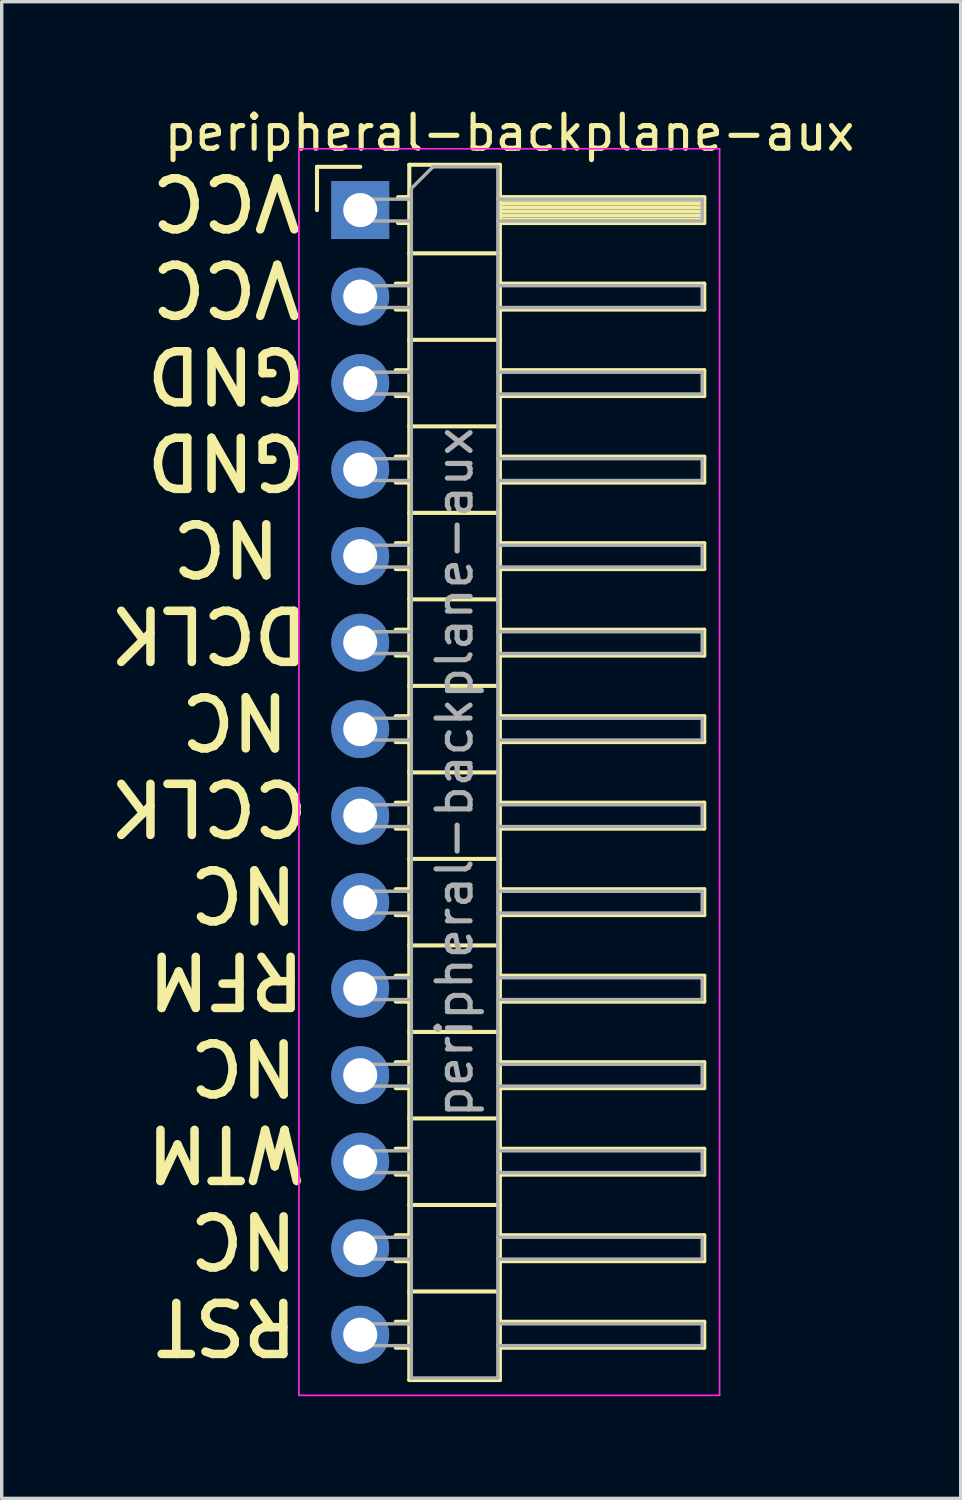
<source format=kicad_pcb>
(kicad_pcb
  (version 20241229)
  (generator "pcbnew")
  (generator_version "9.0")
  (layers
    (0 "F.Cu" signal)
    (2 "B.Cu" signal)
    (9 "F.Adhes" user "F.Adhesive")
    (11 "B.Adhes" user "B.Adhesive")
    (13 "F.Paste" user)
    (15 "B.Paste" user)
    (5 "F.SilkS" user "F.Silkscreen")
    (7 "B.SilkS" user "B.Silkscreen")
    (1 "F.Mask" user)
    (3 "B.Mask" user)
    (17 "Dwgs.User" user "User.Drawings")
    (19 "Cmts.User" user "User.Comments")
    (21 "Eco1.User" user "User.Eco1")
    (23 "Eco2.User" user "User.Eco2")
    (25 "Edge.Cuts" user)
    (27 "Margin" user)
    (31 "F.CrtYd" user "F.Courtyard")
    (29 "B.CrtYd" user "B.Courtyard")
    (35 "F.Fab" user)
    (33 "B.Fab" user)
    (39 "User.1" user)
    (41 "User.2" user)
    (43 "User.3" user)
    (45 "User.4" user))
  (footprint "peripheral-backplane-aux"
    (layer "F.Cu")
    (at 7.527 3.118)
    (property "Reference" "peripheral-backplane-aux" (at 4.385 -2.27 0) (layer "F.SilkS") (effects (font (size 1 1) (thickness 0.15))))
    (attr through_hole)
    (fp_line (start -1.27 -1.27) (end 0 -1.27) (stroke (width 0.12) (type solid)) (layer "F.SilkS"))
    (fp_line (start -1.27 0) (end -1.27 -1.27) (stroke (width 0.12) (type solid)) (layer "F.SilkS"))
    (fp_line (start 1.043 2.16) (end 1.44 2.16) (stroke (width 0.12) (type solid)) (layer "F.SilkS"))
    (fp_line (start 1.043 2.92) (end 1.44 2.92) (stroke (width 0.12) (type solid)) (layer "F.SilkS"))
    (fp_line (start 1.043 4.7) (end 1.44 4.7) (stroke (width 0.12) (type solid)) (layer "F.SilkS"))
    (fp_line (start 1.043 5.46) (end 1.44 5.46) (stroke (width 0.12) (type solid)) (layer "F.SilkS"))
    (fp_line (start 1.043 7.24) (end 1.44 7.24) (stroke (width 0.12) (type solid)) (layer "F.SilkS"))
    (fp_line (start 1.043 8) (end 1.44 8) (stroke (width 0.12) (type solid)) (layer "F.SilkS"))
    (fp_line (start 1.043 9.78) (end 1.44 9.78) (stroke (width 0.12) (type solid)) (layer "F.SilkS"))
    (fp_line (start 1.043 10.54) (end 1.44 10.54) (stroke (width 0.12) (type solid)) (layer "F.SilkS"))
    (fp_line (start 1.043 12.32) (end 1.44 12.32) (stroke (width 0.12) (type solid)) (layer "F.SilkS"))
    (fp_line (start 1.043 13.08) (end 1.44 13.08) (stroke (width 0.12) (type solid)) (layer "F.SilkS"))
    (fp_line (start 1.043 14.86) (end 1.44 14.86) (stroke (width 0.12) (type solid)) (layer "F.SilkS"))
    (fp_line (start 1.043 15.62) (end 1.44 15.62) (stroke (width 0.12) (type solid)) (layer "F.SilkS"))
    (fp_line (start 1.043 17.4) (end 1.44 17.4) (stroke (width 0.12) (type solid)) (layer "F.SilkS"))
    (fp_line (start 1.043 18.16) (end 1.44 18.16) (stroke (width 0.12) (type solid)) (layer "F.SilkS"))
    (fp_line (start 1.043 19.94) (end 1.44 19.94) (stroke (width 0.12) (type solid)) (layer "F.SilkS"))
    (fp_line (start 1.043 20.7) (end 1.44 20.7) (stroke (width 0.12) (type solid)) (layer "F.SilkS"))
    (fp_line (start 1.043 22.48) (end 1.44 22.48) (stroke (width 0.12) (type solid)) (layer "F.SilkS"))
    (fp_line (start 1.043 23.24) (end 1.44 23.24) (stroke (width 0.12) (type solid)) (layer "F.SilkS"))
    (fp_line (start 1.043 25.02) (end 1.44 25.02) (stroke (width 0.12) (type solid)) (layer "F.SilkS"))
    (fp_line (start 1.043 25.78) (end 1.44 25.78) (stroke (width 0.12) (type solid)) (layer "F.SilkS"))
    (fp_line (start 1.043 27.56) (end 1.44 27.56) (stroke (width 0.12) (type solid)) (layer "F.SilkS"))
    (fp_line (start 1.043 28.32) (end 1.44 28.32) (stroke (width 0.12) (type solid)) (layer "F.SilkS"))
    (fp_line (start 1.043 30.1) (end 1.44 30.1) (stroke (width 0.12) (type solid)) (layer "F.SilkS"))
    (fp_line (start 1.043 30.86) (end 1.44 30.86) (stroke (width 0.12) (type solid)) (layer "F.SilkS"))
    (fp_line (start 1.043 32.64) (end 1.44 32.64) (stroke (width 0.12) (type solid)) (layer "F.SilkS"))
    (fp_line (start 1.043 33.4) (end 1.44 33.4) (stroke (width 0.12) (type solid)) (layer "F.SilkS"))
    (fp_line (start 1.11 -0.38) (end 1.44 -0.38) (stroke (width 0.12) (type solid)) (layer "F.SilkS"))
    (fp_line (start 1.11 0.38) (end 1.44 0.38) (stroke (width 0.12) (type solid)) (layer "F.SilkS"))
    (fp_line (start 1.44 -1.33) (end 1.44 34.35) (stroke (width 0.12) (type solid)) (layer "F.SilkS"))
    (fp_line (start 1.44 1.27) (end 4.1 1.27) (stroke (width 0.12) (type solid)) (layer "F.SilkS"))
    (fp_line (start 1.44 3.81) (end 4.1 3.81) (stroke (width 0.12) (type solid)) (layer "F.SilkS"))
    (fp_line (start 1.44 6.35) (end 4.1 6.35) (stroke (width 0.12) (type solid)) (layer "F.SilkS"))
    (fp_line (start 1.44 8.89) (end 4.1 8.89) (stroke (width 0.12) (type solid)) (layer "F.SilkS"))
    (fp_line (start 1.44 11.43) (end 4.1 11.43) (stroke (width 0.12) (type solid)) (layer "F.SilkS"))
    (fp_line (start 1.44 13.97) (end 4.1 13.97) (stroke (width 0.12) (type solid)) (layer "F.SilkS"))
    (fp_line (start 1.44 16.51) (end 4.1 16.51) (stroke (width 0.12) (type solid)) (layer "F.SilkS"))
    (fp_line (start 1.44 19.05) (end 4.1 19.05) (stroke (width 0.12) (type solid)) (layer "F.SilkS"))
    (fp_line (start 1.44 21.59) (end 4.1 21.59) (stroke (width 0.12) (type solid)) (layer "F.SilkS"))
    (fp_line (start 1.44 24.13) (end 4.1 24.13) (stroke (width 0.12) (type solid)) (layer "F.SilkS"))
    (fp_line (start 1.44 26.67) (end 4.1 26.67) (stroke (width 0.12) (type solid)) (layer "F.SilkS"))
    (fp_line (start 1.44 29.21) (end 4.1 29.21) (stroke (width 0.12) (type solid)) (layer "F.SilkS"))
    (fp_line (start 1.44 31.75) (end 4.1 31.75) (stroke (width 0.12) (type solid)) (layer "F.SilkS"))
    (fp_line (start 1.44 34.35) (end 4.1 34.35) (stroke (width 0.12) (type solid)) (layer "F.SilkS"))
    (fp_line (start 4.1 -1.33) (end 1.44 -1.33) (stroke (width 0.12) (type solid)) (layer "F.SilkS"))
    (fp_line (start 4.1 -0.38) (end 10.1 -0.38) (stroke (width 0.12) (type solid)) (layer "F.SilkS"))
    (fp_line (start 4.1 -0.32) (end 10.1 -0.32) (stroke (width 0.12) (type solid)) (layer "F.SilkS"))
    (fp_line (start 4.1 -0.2) (end 10.1 -0.2) (stroke (width 0.12) (type solid)) (layer "F.SilkS"))
    (fp_line (start 4.1 -0.08) (end 10.1 -0.08) (stroke (width 0.12) (type solid)) (layer "F.SilkS"))
    (fp_line (start 4.1 0.04) (end 10.1 0.04) (stroke (width 0.12) (type solid)) (layer "F.SilkS"))
    (fp_line (start 4.1 0.16) (end 10.1 0.16) (stroke (width 0.12) (type solid)) (layer "F.SilkS"))
    (fp_line (start 4.1 0.28) (end 10.1 0.28) (stroke (width 0.12) (type solid)) (layer "F.SilkS"))
    (fp_line (start 4.1 2.16) (end 10.1 2.16) (stroke (width 0.12) (type solid)) (layer "F.SilkS"))
    (fp_line (start 4.1 4.7) (end 10.1 4.7) (stroke (width 0.12) (type solid)) (layer "F.SilkS"))
    (fp_line (start 4.1 7.24) (end 10.1 7.24) (stroke (width 0.12) (type solid)) (layer "F.SilkS"))
    (fp_line (start 4.1 9.78) (end 10.1 9.78) (stroke (width 0.12) (type solid)) (layer "F.SilkS"))
    (fp_line (start 4.1 12.32) (end 10.1 12.32) (stroke (width 0.12) (type solid)) (layer "F.SilkS"))
    (fp_line (start 4.1 14.86) (end 10.1 14.86) (stroke (width 0.12) (type solid)) (layer "F.SilkS"))
    (fp_line (start 4.1 17.4) (end 10.1 17.4) (stroke (width 0.12) (type solid)) (layer "F.SilkS"))
    (fp_line (start 4.1 19.94) (end 10.1 19.94) (stroke (width 0.12) (type solid)) (layer "F.SilkS"))
    (fp_line (start 4.1 22.48) (end 10.1 22.48) (stroke (width 0.12) (type solid)) (layer "F.SilkS"))
    (fp_line (start 4.1 25.02) (end 10.1 25.02) (stroke (width 0.12) (type solid)) (layer "F.SilkS"))
    (fp_line (start 4.1 27.56) (end 10.1 27.56) (stroke (width 0.12) (type solid)) (layer "F.SilkS"))
    (fp_line (start 4.1 30.1) (end 10.1 30.1) (stroke (width 0.12) (type solid)) (layer "F.SilkS"))
    (fp_line (start 4.1 32.64) (end 10.1 32.64) (stroke (width 0.12) (type solid)) (layer "F.SilkS"))
    (fp_line (start 4.1 34.35) (end 4.1 -1.33) (stroke (width 0.12) (type solid)) (layer "F.SilkS"))
    (fp_line (start 10.1 -0.38) (end 10.1 0.38) (stroke (width 0.12) (type solid)) (layer "F.SilkS"))
    (fp_line (start 10.1 0.38) (end 4.1 0.38) (stroke (width 0.12) (type solid)) (layer "F.SilkS"))
    (fp_line (start 10.1 2.16) (end 10.1 2.92) (stroke (width 0.12) (type solid)) (layer "F.SilkS"))
    (fp_line (start 10.1 2.92) (end 4.1 2.92) (stroke (width 0.12) (type solid)) (layer "F.SilkS"))
    (fp_line (start 10.1 4.7) (end 10.1 5.46) (stroke (width 0.12) (type solid)) (layer "F.SilkS"))
    (fp_line (start 10.1 5.46) (end 4.1 5.46) (stroke (width 0.12) (type solid)) (layer "F.SilkS"))
    (fp_line (start 10.1 7.24) (end 10.1 8) (stroke (width 0.12) (type solid)) (layer "F.SilkS"))
    (fp_line (start 10.1 8) (end 4.1 8) (stroke (width 0.12) (type solid)) (layer "F.SilkS"))
    (fp_line (start 10.1 9.78) (end 10.1 10.54) (stroke (width 0.12) (type solid)) (layer "F.SilkS"))
    (fp_line (start 10.1 10.54) (end 4.1 10.54) (stroke (width 0.12) (type solid)) (layer "F.SilkS"))
    (fp_line (start 10.1 12.32) (end 10.1 13.08) (stroke (width 0.12) (type solid)) (layer "F.SilkS"))
    (fp_line (start 10.1 13.08) (end 4.1 13.08) (stroke (width 0.12) (type solid)) (layer "F.SilkS"))
    (fp_line (start 10.1 14.86) (end 10.1 15.62) (stroke (width 0.12) (type solid)) (layer "F.SilkS"))
    (fp_line (start 10.1 15.62) (end 4.1 15.62) (stroke (width 0.12) (type solid)) (layer "F.SilkS"))
    (fp_line (start 10.1 17.4) (end 10.1 18.16) (stroke (width 0.12) (type solid)) (layer "F.SilkS"))
    (fp_line (start 10.1 18.16) (end 4.1 18.16) (stroke (width 0.12) (type solid)) (layer "F.SilkS"))
    (fp_line (start 10.1 19.94) (end 10.1 20.7) (stroke (width 0.12) (type solid)) (layer "F.SilkS"))
    (fp_line (start 10.1 20.7) (end 4.1 20.7) (stroke (width 0.12) (type solid)) (layer "F.SilkS"))
    (fp_line (start 10.1 22.48) (end 10.1 23.24) (stroke (width 0.12) (type solid)) (layer "F.SilkS"))
    (fp_line (start 10.1 23.24) (end 4.1 23.24) (stroke (width 0.12) (type solid)) (layer "F.SilkS"))
    (fp_line (start 10.1 25.02) (end 10.1 25.78) (stroke (width 0.12) (type solid)) (layer "F.SilkS"))
    (fp_line (start 10.1 25.78) (end 4.1 25.78) (stroke (width 0.12) (type solid)) (layer "F.SilkS"))
    (fp_line (start 10.1 27.56) (end 10.1 28.32) (stroke (width 0.12) (type solid)) (layer "F.SilkS"))
    (fp_line (start 10.1 28.32) (end 4.1 28.32) (stroke (width 0.12) (type solid)) (layer "F.SilkS"))
    (fp_line (start 10.1 30.1) (end 10.1 30.86) (stroke (width 0.12) (type solid)) (layer "F.SilkS"))
    (fp_line (start 10.1 30.86) (end 4.1 30.86) (stroke (width 0.12) (type solid)) (layer "F.SilkS"))
    (fp_line (start 10.1 32.64) (end 10.1 33.4) (stroke (width 0.12) (type solid)) (layer "F.SilkS"))
    (fp_line (start 10.1 33.4) (end 4.1 33.4) (stroke (width 0.12) (type solid)) (layer "F.SilkS"))
    (fp_line (start -1.8 -1.8) (end -1.8 34.8) (stroke (width 0.05) (type solid)) (layer "F.CrtYd"))
    (fp_line (start -1.8 34.8) (end 10.55 34.8) (stroke (width 0.05) (type solid)) (layer "F.CrtYd"))
    (fp_line (start 10.55 -1.8) (end -1.8 -1.8) (stroke (width 0.05) (type solid)) (layer "F.CrtYd"))
    (fp_line (start 10.55 34.8) (end 10.55 -1.8) (stroke (width 0.05) (type solid)) (layer "F.CrtYd"))
    (fp_line (start -0.32 -0.32) (end -0.32 0.32) (stroke (width 0.1) (type solid)) (layer "F.Fab"))
    (fp_line (start -0.32 -0.32) (end 1.5 -0.32) (stroke (width 0.1) (type solid)) (layer "F.Fab"))
    (fp_line (start -0.32 0.32) (end 1.5 0.32) (stroke (width 0.1) (type solid)) (layer "F.Fab"))
    (fp_line (start -0.32 2.22) (end -0.32 2.86) (stroke (width 0.1) (type solid)) (layer "F.Fab"))
    (fp_line (start -0.32 2.22) (end 1.5 2.22) (stroke (width 0.1) (type solid)) (layer "F.Fab"))
    (fp_line (start -0.32 2.86) (end 1.5 2.86) (stroke (width 0.1) (type solid)) (layer "F.Fab"))
    (fp_line (start -0.32 4.76) (end -0.32 5.4) (stroke (width 0.1) (type solid)) (layer "F.Fab"))
    (fp_line (start -0.32 4.76) (end 1.5 4.76) (stroke (width 0.1) (type solid)) (layer "F.Fab"))
    (fp_line (start -0.32 5.4) (end 1.5 5.4) (stroke (width 0.1) (type solid)) (layer "F.Fab"))
    (fp_line (start -0.32 7.3) (end -0.32 7.94) (stroke (width 0.1) (type solid)) (layer "F.Fab"))
    (fp_line (start -0.32 7.3) (end 1.5 7.3) (stroke (width 0.1) (type solid)) (layer "F.Fab"))
    (fp_line (start -0.32 7.94) (end 1.5 7.94) (stroke (width 0.1) (type solid)) (layer "F.Fab"))
    (fp_line (start -0.32 9.84) (end -0.32 10.48) (stroke (width 0.1) (type solid)) (layer "F.Fab"))
    (fp_line (start -0.32 9.84) (end 1.5 9.84) (stroke (width 0.1) (type solid)) (layer "F.Fab"))
    (fp_line (start -0.32 10.48) (end 1.5 10.48) (stroke (width 0.1) (type solid)) (layer "F.Fab"))
    (fp_line (start -0.32 12.38) (end -0.32 13.02) (stroke (width 0.1) (type solid)) (layer "F.Fab"))
    (fp_line (start -0.32 12.38) (end 1.5 12.38) (stroke (width 0.1) (type solid)) (layer "F.Fab"))
    (fp_line (start -0.32 13.02) (end 1.5 13.02) (stroke (width 0.1) (type solid)) (layer "F.Fab"))
    (fp_line (start -0.32 14.92) (end -0.32 15.56) (stroke (width 0.1) (type solid)) (layer "F.Fab"))
    (fp_line (start -0.32 14.92) (end 1.5 14.92) (stroke (width 0.1) (type solid)) (layer "F.Fab"))
    (fp_line (start -0.32 15.56) (end 1.5 15.56) (stroke (width 0.1) (type solid)) (layer "F.Fab"))
    (fp_line (start -0.32 17.46) (end -0.32 18.1) (stroke (width 0.1) (type solid)) (layer "F.Fab"))
    (fp_line (start -0.32 17.46) (end 1.5 17.46) (stroke (width 0.1) (type solid)) (layer "F.Fab"))
    (fp_line (start -0.32 18.1) (end 1.5 18.1) (stroke (width 0.1) (type solid)) (layer "F.Fab"))
    (fp_line (start -0.32 20) (end -0.32 20.64) (stroke (width 0.1) (type solid)) (layer "F.Fab"))
    (fp_line (start -0.32 20) (end 1.5 20) (stroke (width 0.1) (type solid)) (layer "F.Fab"))
    (fp_line (start -0.32 20.64) (end 1.5 20.64) (stroke (width 0.1) (type solid)) (layer "F.Fab"))
    (fp_line (start -0.32 22.54) (end -0.32 23.18) (stroke (width 0.1) (type solid)) (layer "F.Fab"))
    (fp_line (start -0.32 22.54) (end 1.5 22.54) (stroke (width 0.1) (type solid)) (layer "F.Fab"))
    (fp_line (start -0.32 23.18) (end 1.5 23.18) (stroke (width 0.1) (type solid)) (layer "F.Fab"))
    (fp_line (start -0.32 25.08) (end -0.32 25.72) (stroke (width 0.1) (type solid)) (layer "F.Fab"))
    (fp_line (start -0.32 25.08) (end 1.5 25.08) (stroke (width 0.1) (type solid)) (layer "F.Fab"))
    (fp_line (start -0.32 25.72) (end 1.5 25.72) (stroke (width 0.1) (type solid)) (layer "F.Fab"))
    (fp_line (start -0.32 27.62) (end -0.32 28.26) (stroke (width 0.1) (type solid)) (layer "F.Fab"))
    (fp_line (start -0.32 27.62) (end 1.5 27.62) (stroke (width 0.1) (type solid)) (layer "F.Fab"))
    (fp_line (start -0.32 28.26) (end 1.5 28.26) (stroke (width 0.1) (type solid)) (layer "F.Fab"))
    (fp_line (start -0.32 30.16) (end -0.32 30.8) (stroke (width 0.1) (type solid)) (layer "F.Fab"))
    (fp_line (start -0.32 30.16) (end 1.5 30.16) (stroke (width 0.1) (type solid)) (layer "F.Fab"))
    (fp_line (start -0.32 30.8) (end 1.5 30.8) (stroke (width 0.1) (type solid)) (layer "F.Fab"))
    (fp_line (start -0.32 32.7) (end -0.32 33.34) (stroke (width 0.1) (type solid)) (layer "F.Fab"))
    (fp_line (start -0.32 32.7) (end 1.5 32.7) (stroke (width 0.1) (type solid)) (layer "F.Fab"))
    (fp_line (start -0.32 33.34) (end 1.5 33.34) (stroke (width 0.1) (type solid)) (layer "F.Fab"))
    (fp_line (start 1.5 -0.635) (end 2.135 -1.27) (stroke (width 0.1) (type solid)) (layer "F.Fab"))
    (fp_line (start 1.5 34.29) (end 1.5 -0.635) (stroke (width 0.1) (type solid)) (layer "F.Fab"))
    (fp_line (start 2.135 -1.27) (end 4.04 -1.27) (stroke (width 0.1) (type solid)) (layer "F.Fab"))
    (fp_line (start 4.04 -1.27) (end 4.04 34.29) (stroke (width 0.1) (type solid)) (layer "F.Fab"))
    (fp_line (start 4.04 -0.32) (end 10.04 -0.32) (stroke (width 0.1) (type solid)) (layer "F.Fab"))
    (fp_line (start 4.04 0.32) (end 10.04 0.32) (stroke (width 0.1) (type solid)) (layer "F.Fab"))
    (fp_line (start 4.04 2.22) (end 10.04 2.22) (stroke (width 0.1) (type solid)) (layer "F.Fab"))
    (fp_line (start 4.04 2.86) (end 10.04 2.86) (stroke (width 0.1) (type solid)) (layer "F.Fab"))
    (fp_line (start 4.04 4.76) (end 10.04 4.76) (stroke (width 0.1) (type solid)) (layer "F.Fab"))
    (fp_line (start 4.04 5.4) (end 10.04 5.4) (stroke (width 0.1) (type solid)) (layer "F.Fab"))
    (fp_line (start 4.04 7.3) (end 10.04 7.3) (stroke (width 0.1) (type solid)) (layer "F.Fab"))
    (fp_line (start 4.04 7.94) (end 10.04 7.94) (stroke (width 0.1) (type solid)) (layer "F.Fab"))
    (fp_line (start 4.04 9.84) (end 10.04 9.84) (stroke (width 0.1) (type solid)) (layer "F.Fab"))
    (fp_line (start 4.04 10.48) (end 10.04 10.48) (stroke (width 0.1) (type solid)) (layer "F.Fab"))
    (fp_line (start 4.04 12.38) (end 10.04 12.38) (stroke (width 0.1) (type solid)) (layer "F.Fab"))
    (fp_line (start 4.04 13.02) (end 10.04 13.02) (stroke (width 0.1) (type solid)) (layer "F.Fab"))
    (fp_line (start 4.04 14.92) (end 10.04 14.92) (stroke (width 0.1) (type solid)) (layer "F.Fab"))
    (fp_line (start 4.04 15.56) (end 10.04 15.56) (stroke (width 0.1) (type solid)) (layer "F.Fab"))
    (fp_line (start 4.04 17.46) (end 10.04 17.46) (stroke (width 0.1) (type solid)) (layer "F.Fab"))
    (fp_line (start 4.04 18.1) (end 10.04 18.1) (stroke (width 0.1) (type solid)) (layer "F.Fab"))
    (fp_line (start 4.04 20) (end 10.04 20) (stroke (width 0.1) (type solid)) (layer "F.Fab"))
    (fp_line (start 4.04 20.64) (end 10.04 20.64) (stroke (width 0.1) (type solid)) (layer "F.Fab"))
    (fp_line (start 4.04 22.54) (end 10.04 22.54) (stroke (width 0.1) (type solid)) (layer "F.Fab"))
    (fp_line (start 4.04 23.18) (end 10.04 23.18) (stroke (width 0.1) (type solid)) (layer "F.Fab"))
    (fp_line (start 4.04 25.08) (end 10.04 25.08) (stroke (width 0.1) (type solid)) (layer "F.Fab"))
    (fp_line (start 4.04 25.72) (end 10.04 25.72) (stroke (width 0.1) (type solid)) (layer "F.Fab"))
    (fp_line (start 4.04 27.62) (end 10.04 27.62) (stroke (width 0.1) (type solid)) (layer "F.Fab"))
    (fp_line (start 4.04 28.26) (end 10.04 28.26) (stroke (width 0.1) (type solid)) (layer "F.Fab"))
    (fp_line (start 4.04 30.16) (end 10.04 30.16) (stroke (width 0.1) (type solid)) (layer "F.Fab"))
    (fp_line (start 4.04 30.8) (end 10.04 30.8) (stroke (width 0.1) (type solid)) (layer "F.Fab"))
    (fp_line (start 4.04 32.7) (end 10.04 32.7) (stroke (width 0.1) (type solid)) (layer "F.Fab"))
    (fp_line (start 4.04 33.34) (end 10.04 33.34) (stroke (width 0.1) (type solid)) (layer "F.Fab"))
    (fp_line (start 4.04 34.29) (end 1.5 34.29) (stroke (width 0.1) (type solid)) (layer "F.Fab"))
    (fp_line (start 10.04 -0.32) (end 10.04 0.32) (stroke (width 0.1) (type solid)) (layer "F.Fab"))
    (fp_line (start 10.04 2.22) (end 10.04 2.86) (stroke (width 0.1) (type solid)) (layer "F.Fab"))
    (fp_line (start 10.04 4.76) (end 10.04 5.4) (stroke (width 0.1) (type solid)) (layer "F.Fab"))
    (fp_line (start 10.04 7.3) (end 10.04 7.94) (stroke (width 0.1) (type solid)) (layer "F.Fab"))
    (fp_line (start 10.04 9.84) (end 10.04 10.48) (stroke (width 0.1) (type solid)) (layer "F.Fab"))
    (fp_line (start 10.04 12.38) (end 10.04 13.02) (stroke (width 0.1) (type solid)) (layer "F.Fab"))
    (fp_line (start 10.04 14.92) (end 10.04 15.56) (stroke (width 0.1) (type solid)) (layer "F.Fab"))
    (fp_line (start 10.04 17.46) (end 10.04 18.1) (stroke (width 0.1) (type solid)) (layer "F.Fab"))
    (fp_line (start 10.04 20) (end 10.04 20.64) (stroke (width 0.1) (type solid)) (layer "F.Fab"))
    (fp_line (start 10.04 22.54) (end 10.04 23.18) (stroke (width 0.1) (type solid)) (layer "F.Fab"))
    (fp_line (start 10.04 25.08) (end 10.04 25.72) (stroke (width 0.1) (type solid)) (layer "F.Fab"))
    (fp_line (start 10.04 27.62) (end 10.04 28.26) (stroke (width 0.1) (type solid)) (layer "F.Fab"))
    (fp_line (start 10.04 30.16) (end 10.04 30.8) (stroke (width 0.1) (type solid)) (layer "F.Fab"))
    (fp_line (start 10.04 32.7) (end 10.04 33.34) (stroke (width 0.1) (type solid)) (layer "F.Fab"))
    (fp_text user "RFM" (at -3.937 22.606 180) (unlocked yes) (layer "F.SilkS") (effects (font (size 1.5 1.5) (thickness 0.25))))
    (fp_text user "WTM" (at -3.937 27.686 180) (unlocked yes) (layer "F.SilkS") (effects (font (size 1.5 1.5) (thickness 0.25))))
    (fp_text user "NC" (at -3.429 30.226 180) (unlocked yes) (layer "F.SilkS") (effects (font (size 1.5 1.5) (thickness 0.25))))
    (fp_text user "VCC" (at -3.937 -0.254 180) (unlocked yes) (layer "F.SilkS") (effects (font (size 1.5 1.5) (thickness 0.25))))
    (fp_text user "NC" (at -3.429 25.146 180) (unlocked yes) (layer "F.SilkS") (effects (font (size 1.5 1.5) (thickness 0.25))))
    (fp_text user "NC" (at -3.937 9.906 180) (unlocked yes) (layer "F.SilkS") (effects (font (size 1.5 1.5) (thickness 0.25))))
    (fp_text user "GND" (at -3.937 4.826 180) (unlocked yes) (layer "F.SilkS") (effects (font (size 1.5 1.5) (thickness 0.25))))
    (fp_text user "NC" (at -3.429 20.066 180) (unlocked yes) (layer "F.SilkS") (effects (font (size 1.5 1.5) (thickness 0.25))))
    (fp_text user "VCC" (at -3.937 2.286 180) (unlocked yes) (layer "F.SilkS") (effects (font (size 1.5 1.5) (thickness 0.25))))
    (fp_text user "GND" (at -3.937 7.366 180) (unlocked yes) (layer "F.SilkS") (effects (font (size 1.5 1.5) (thickness 0.25))))
    (fp_text user "CCLK" (at -4.445 17.526 180) (unlocked yes) (layer "F.SilkS") (effects (font (size 1.5 1.5) (thickness 0.25))))
    (fp_text user "NC" (at -3.683 14.986 180) (unlocked yes) (layer "F.SilkS") (effects (font (size 1.5 1.5) (thickness 0.25))))
    (fp_text user "DCLK" (at -4.445 12.446 180) (unlocked yes) (layer "F.SilkS") (effects (font (size 1.5 1.5) (thickness 0.25))))
    (fp_text user "RST" (at -3.937 32.766 180) (unlocked yes) (layer "F.SilkS") (effects (font (size 1.5 1.5) (thickness 0.25))))
    (fp_text user "${REFERENCE}" (at 2.77 16.51 90) (layer "F.Fab") (effects (font (size 1 1) (thickness 0.15))))
    (pad "1" thru_hole rect (at 0 0) (size 1.7 1.7) (drill 1) (layers "*.Cu" "*.Mask"))
    (pad "2" thru_hole oval (at 0 2.54) (size 1.7 1.7) (drill 1) (layers "*.Cu" "*.Mask"))
    (pad "3" thru_hole oval (at 0 5.08) (size 1.7 1.7) (drill 1) (layers "*.Cu" "*.Mask"))
    (pad "4" thru_hole oval (at 0 7.62) (size 1.7 1.7) (drill 1) (layers "*.Cu" "*.Mask"))
    (pad "5" thru_hole oval (at 0 10.16) (size 1.7 1.7) (drill 1) (layers "*.Cu" "*.Mask"))
    (pad "6" thru_hole oval (at 0 12.7) (size 1.7 1.7) (drill 1) (layers "*.Cu" "*.Mask"))
    (pad "7" thru_hole oval (at 0 15.24) (size 1.7 1.7) (drill 1) (layers "*.Cu" "*.Mask"))
    (pad "8" thru_hole oval (at 0 17.78) (size 1.7 1.7) (drill 1) (layers "*.Cu" "*.Mask"))
    (pad "9" thru_hole oval (at 0 20.32) (size 1.7 1.7) (drill 1) (layers "*.Cu" "*.Mask"))
    (pad "10" thru_hole oval (at 0 22.86) (size 1.7 1.7) (drill 1) (layers "*.Cu" "*.Mask"))
    (pad "11" thru_hole oval (at 0 25.4) (size 1.7 1.7) (drill 1) (layers "*.Cu" "*.Mask"))
    (pad "12" thru_hole oval (at 0 27.94) (size 1.7 1.7) (drill 1) (layers "*.Cu" "*.Mask"))
    (pad "13" thru_hole oval (at 0 30.48) (size 1.7 1.7) (drill 1) (layers "*.Cu" "*.Mask"))
    (pad "14" thru_hole oval (at 0 33.02) (size 1.7 1.7) (drill 1) (layers "*.Cu" "*.Mask")))
  (gr_rect
    (start -3 -3)
    (end 25.156 40.943)
    (stroke (width 0.1) (type default))
    (fill no)
    (layer "Edge.Cuts")))
</source>
